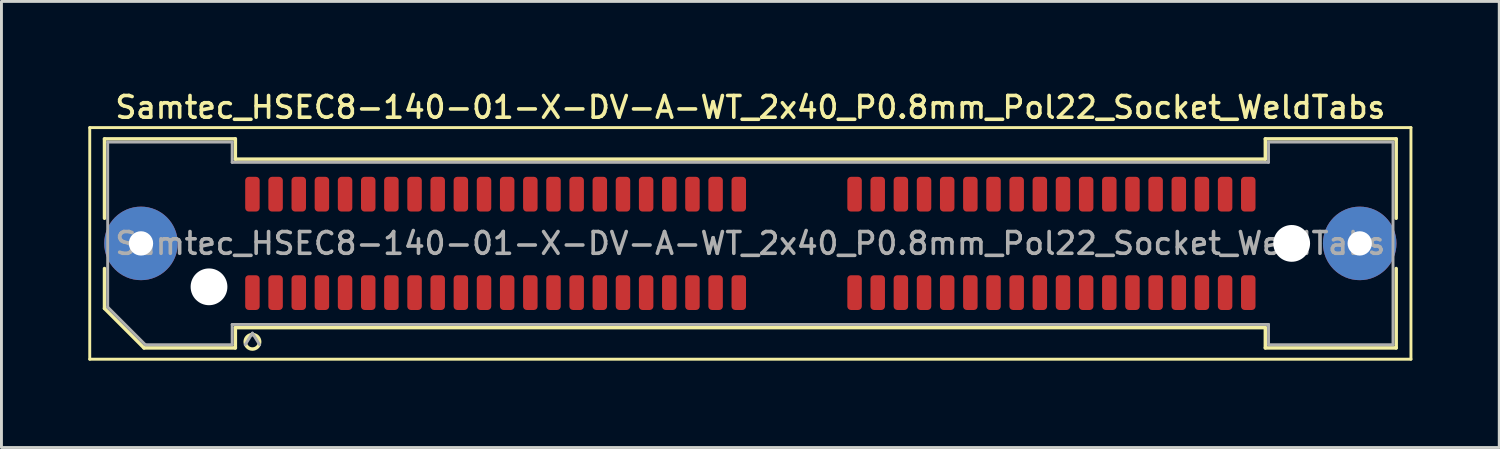
<source format=kicad_pcb>
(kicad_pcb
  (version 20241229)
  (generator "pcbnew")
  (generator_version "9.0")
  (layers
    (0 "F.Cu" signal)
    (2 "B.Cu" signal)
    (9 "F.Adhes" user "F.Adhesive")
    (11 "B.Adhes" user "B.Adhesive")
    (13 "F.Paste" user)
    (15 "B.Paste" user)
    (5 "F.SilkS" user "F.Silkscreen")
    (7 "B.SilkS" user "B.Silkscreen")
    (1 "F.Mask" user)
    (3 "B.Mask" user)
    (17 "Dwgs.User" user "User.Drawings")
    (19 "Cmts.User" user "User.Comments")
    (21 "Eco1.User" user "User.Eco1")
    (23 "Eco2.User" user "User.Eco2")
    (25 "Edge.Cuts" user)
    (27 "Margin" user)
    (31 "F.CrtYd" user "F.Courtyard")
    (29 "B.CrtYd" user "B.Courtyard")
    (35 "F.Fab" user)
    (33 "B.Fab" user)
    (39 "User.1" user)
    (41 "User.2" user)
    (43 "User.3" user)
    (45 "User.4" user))
  (footprint "Samtec_HSEC8-140-01-X-DV-A-WT_2x40_P0.8mm_Pol22_Socket_WeldTabs"
    (layer "F.Cu")
    (at 22.87 5.358)
    (property "Reference" "Samtec_HSEC8-140-01-X-DV-A-WT_2x40_P0.8mm_Pol22_Socket_WeldTabs" (at 0 -4.7 0) (layer "F.SilkS") (effects (font (size 0.75 0.75) (thickness 0.125))))
    (attr smd)
    (fp_line (start -22.82 -4) (end -22.82 4) (stroke (width 0.1) (type solid)) (layer "F.SilkS"))
    (fp_line (start -22.82 4) (end 22.82 4) (stroke (width 0.1) (type solid)) (layer "F.SilkS"))
    (fp_line (start -22.31 -3.61) (end -17.79 -3.61) (stroke (width 0.12) (type solid)) (layer "F.SilkS"))
    (fp_line (start -22.31 -0.868) (end -22.31 -3.61) (stroke (width 0.12) (type solid)) (layer "F.SilkS"))
    (fp_line (start -22.31 2.246) (end -22.31 0.868) (stroke (width 0.12) (type solid)) (layer "F.SilkS"))
    (fp_line (start -20.946 3.61) (end -22.31 2.246) (stroke (width 0.12) (type solid)) (layer "F.SilkS"))
    (fp_line (start -17.79 -3.61) (end -17.79 -2.91) (stroke (width 0.12) (type solid)) (layer "F.SilkS"))
    (fp_line (start -17.79 -2.91) (end 17.79 -2.91) (stroke (width 0.12) (type solid)) (layer "F.SilkS"))
    (fp_line (start -17.79 2.91) (end -17.79 3.61) (stroke (width 0.12) (type solid)) (layer "F.SilkS"))
    (fp_line (start -17.79 3.61) (end -20.946 3.61) (stroke (width 0.12) (type solid)) (layer "F.SilkS"))
    (fp_line (start 17.79 -3.61) (end 22.31 -3.61) (stroke (width 0.12) (type solid)) (layer "F.SilkS"))
    (fp_line (start 17.79 -2.91) (end 17.79 -3.61) (stroke (width 0.12) (type solid)) (layer "F.SilkS"))
    (fp_line (start 17.79 2.91) (end -17.79 2.91) (stroke (width 0.12) (type solid)) (layer "F.SilkS"))
    (fp_line (start 17.79 3.61) (end 17.79 2.91) (stroke (width 0.12) (type solid)) (layer "F.SilkS"))
    (fp_line (start 22.31 -3.61) (end 22.31 -0.868) (stroke (width 0.12) (type solid)) (layer "F.SilkS"))
    (fp_line (start 22.31 0.868) (end 22.31 3.61) (stroke (width 0.12) (type solid)) (layer "F.SilkS"))
    (fp_line (start 22.31 3.61) (end 17.79 3.61) (stroke (width 0.12) (type solid)) (layer "F.SilkS"))
    (fp_line (start 22.82 -4) (end -22.82 -4) (stroke (width 0.1) (type solid)) (layer "F.SilkS"))
    (fp_line (start 22.82 4) (end 22.82 -4) (stroke (width 0.1) (type solid)) (layer "F.SilkS"))
    (fp_arc (start -16.95 3.4) (mid -17.45 3.4) (end -16.95 3.4) (stroke (width 0.12) (type solid)) (layer "F.SilkS"))
    (fp_line (start -22.2 -3.5) (end -17.9 -3.5) (stroke (width 0.1) (type solid)) (layer "F.Fab"))
    (fp_line (start -22.2 2.2) (end -22.2 -3.5) (stroke (width 0.1) (type solid)) (layer "F.Fab"))
    (fp_line (start -20.9 3.5) (end -22.2 2.2) (stroke (width 0.1) (type solid)) (layer "F.Fab"))
    (fp_line (start -17.9 -3.5) (end -17.9 -2.8) (stroke (width 0.1) (type solid)) (layer "F.Fab"))
    (fp_line (start -17.9 -2.8) (end 17.9 -2.8) (stroke (width 0.1) (type solid)) (layer "F.Fab"))
    (fp_line (start -17.9 2.8) (end -17.9 3.5) (stroke (width 0.1) (type solid)) (layer "F.Fab"))
    (fp_line (start -17.9 3.5) (end -20.9 3.5) (stroke (width 0.1) (type solid)) (layer "F.Fab"))
    (fp_line (start -17.2 3.1) (end -17.45 3.5) (stroke (width 0.1) (type solid)) (layer "F.Fab"))
    (fp_line (start -17.2 3.1) (end -16.95 3.5) (stroke (width 0.1) (type solid)) (layer "F.Fab"))
    (fp_line (start 17.9 -3.5) (end 22.2 -3.5) (stroke (width 0.1) (type solid)) (layer "F.Fab"))
    (fp_line (start 17.9 -2.8) (end 17.9 -3.5) (stroke (width 0.1) (type solid)) (layer "F.Fab"))
    (fp_line (start 17.9 2.8) (end -17.9 2.8) (stroke (width 0.1) (type solid)) (layer "F.Fab"))
    (fp_line (start 17.9 3.5) (end 17.9 2.8) (stroke (width 0.1) (type solid)) (layer "F.Fab"))
    (fp_line (start 22.2 -3.5) (end 22.2 3.5) (stroke (width 0.1) (type solid)) (layer "F.Fab"))
    (fp_line (start 22.2 3.5) (end 17.9 3.5) (stroke (width 0.1) (type solid)) (layer "F.Fab"))
    (fp_text user "${REFERENCE}" (at 0 0 0) (layer "F.Fab") (effects (font (size 0.75 0.75) (thickness 0.125))))
    (pad "" thru_hole circle (at -21.05 0) (size 2.54 2.54) (drill 0.84) (layers "*.Cu" "*.Mask" "F.Paste"))
    (pad "" np_thru_hole circle (at -18.7 1.5) (size 1.27 1.27) (drill 1.27) (layers "*.Cu" "*.Mask"))
    (pad "" np_thru_hole circle (at 18.7 0) (size 1.27 1.27) (drill 1.27) (layers "*.Cu" "*.Mask"))
    (pad "" thru_hole circle (at 21.05 0) (size 2.54 2.54) (drill 0.84) (layers "*.Cu" "*.Mask" "F.Paste"))
    (pad "1" smd roundrect (at -17.2 1.7) (size 0.5 1.2) (layers "F.Cu" "F.Mask" "F.Paste") (roundrect_rratio 0.25))
    (pad "2" smd roundrect (at -17.2 -1.7) (size 0.5 1.2) (layers "F.Cu" "F.Mask" "F.Paste") (roundrect_rratio 0.25))
    (pad "3" smd roundrect (at -16.4 1.7) (size 0.5 1.2) (layers "F.Cu" "F.Mask" "F.Paste") (roundrect_rratio 0.25))
    (pad "4" smd roundrect (at -16.4 -1.7) (size 0.5 1.2) (layers "F.Cu" "F.Mask" "F.Paste") (roundrect_rratio 0.25))
    (pad "5" smd roundrect (at -15.6 1.7) (size 0.5 1.2) (layers "F.Cu" "F.Mask" "F.Paste") (roundrect_rratio 0.25))
    (pad "6" smd roundrect (at -15.6 -1.7) (size 0.5 1.2) (layers "F.Cu" "F.Mask" "F.Paste") (roundrect_rratio 0.25))
    (pad "7" smd roundrect (at -14.8 1.7) (size 0.5 1.2) (layers "F.Cu" "F.Mask" "F.Paste") (roundrect_rratio 0.25))
    (pad "8" smd roundrect (at -14.8 -1.7) (size 0.5 1.2) (layers "F.Cu" "F.Mask" "F.Paste") (roundrect_rratio 0.25))
    (pad "9" smd roundrect (at -14 1.7) (size 0.5 1.2) (layers "F.Cu" "F.Mask" "F.Paste") (roundrect_rratio 0.25))
    (pad "10" smd roundrect (at -14 -1.7) (size 0.5 1.2) (layers "F.Cu" "F.Mask" "F.Paste") (roundrect_rratio 0.25))
    (pad "11" smd roundrect (at -13.2 1.7) (size 0.5 1.2) (layers "F.Cu" "F.Mask" "F.Paste") (roundrect_rratio 0.25))
    (pad "12" smd roundrect (at -13.2 -1.7) (size 0.5 1.2) (layers "F.Cu" "F.Mask" "F.Paste") (roundrect_rratio 0.25))
    (pad "13" smd roundrect (at -12.4 1.7) (size 0.5 1.2) (layers "F.Cu" "F.Mask" "F.Paste") (roundrect_rratio 0.25))
    (pad "14" smd roundrect (at -12.4 -1.7) (size 0.5 1.2) (layers "F.Cu" "F.Mask" "F.Paste") (roundrect_rratio 0.25))
    (pad "15" smd roundrect (at -11.6 1.7) (size 0.5 1.2) (layers "F.Cu" "F.Mask" "F.Paste") (roundrect_rratio 0.25))
    (pad "16" smd roundrect (at -11.6 -1.7) (size 0.5 1.2) (layers "F.Cu" "F.Mask" "F.Paste") (roundrect_rratio 0.25))
    (pad "17" smd roundrect (at -10.8 1.7) (size 0.5 1.2) (layers "F.Cu" "F.Mask" "F.Paste") (roundrect_rratio 0.25))
    (pad "18" smd roundrect (at -10.8 -1.7) (size 0.5 1.2) (layers "F.Cu" "F.Mask" "F.Paste") (roundrect_rratio 0.25))
    (pad "19" smd roundrect (at -10 1.7) (size 0.5 1.2) (layers "F.Cu" "F.Mask" "F.Paste") (roundrect_rratio 0.25))
    (pad "20" smd roundrect (at -10 -1.7) (size 0.5 1.2) (layers "F.Cu" "F.Mask" "F.Paste") (roundrect_rratio 0.25))
    (pad "21" smd roundrect (at -9.2 1.7) (size 0.5 1.2) (layers "F.Cu" "F.Mask" "F.Paste") (roundrect_rratio 0.25))
    (pad "22" smd roundrect (at -9.2 -1.7) (size 0.5 1.2) (layers "F.Cu" "F.Mask" "F.Paste") (roundrect_rratio 0.25))
    (pad "23" smd roundrect (at -8.4 1.7) (size 0.5 1.2) (layers "F.Cu" "F.Mask" "F.Paste") (roundrect_rratio 0.25))
    (pad "24" smd roundrect (at -8.4 -1.7) (size 0.5 1.2) (layers "F.Cu" "F.Mask" "F.Paste") (roundrect_rratio 0.25))
    (pad "25" smd roundrect (at -7.6 1.7) (size 0.5 1.2) (layers "F.Cu" "F.Mask" "F.Paste") (roundrect_rratio 0.25))
    (pad "26" smd roundrect (at -7.6 -1.7) (size 0.5 1.2) (layers "F.Cu" "F.Mask" "F.Paste") (roundrect_rratio 0.25))
    (pad "27" smd roundrect (at -6.8 1.7) (size 0.5 1.2) (layers "F.Cu" "F.Mask" "F.Paste") (roundrect_rratio 0.25))
    (pad "28" smd roundrect (at -6.8 -1.7) (size 0.5 1.2) (layers "F.Cu" "F.Mask" "F.Paste") (roundrect_rratio 0.25))
    (pad "29" smd roundrect (at -6 1.7) (size 0.5 1.2) (layers "F.Cu" "F.Mask" "F.Paste") (roundrect_rratio 0.25))
    (pad "30" smd roundrect (at -6 -1.7) (size 0.5 1.2) (layers "F.Cu" "F.Mask" "F.Paste") (roundrect_rratio 0.25))
    (pad "31" smd roundrect (at -5.2 1.7) (size 0.5 1.2) (layers "F.Cu" "F.Mask" "F.Paste") (roundrect_rratio 0.25))
    (pad "32" smd roundrect (at -5.2 -1.7) (size 0.5 1.2) (layers "F.Cu" "F.Mask" "F.Paste") (roundrect_rratio 0.25))
    (pad "33" smd roundrect (at -4.4 1.7) (size 0.5 1.2) (layers "F.Cu" "F.Mask" "F.Paste") (roundrect_rratio 0.25))
    (pad "34" smd roundrect (at -4.4 -1.7) (size 0.5 1.2) (layers "F.Cu" "F.Mask" "F.Paste") (roundrect_rratio 0.25))
    (pad "35" smd roundrect (at -3.6 1.7) (size 0.5 1.2) (layers "F.Cu" "F.Mask" "F.Paste") (roundrect_rratio 0.25))
    (pad "36" smd roundrect (at -3.6 -1.7) (size 0.5 1.2) (layers "F.Cu" "F.Mask" "F.Paste") (roundrect_rratio 0.25))
    (pad "37" smd roundrect (at -2.8 1.7) (size 0.5 1.2) (layers "F.Cu" "F.Mask" "F.Paste") (roundrect_rratio 0.25))
    (pad "38" smd roundrect (at -2.8 -1.7) (size 0.5 1.2) (layers "F.Cu" "F.Mask" "F.Paste") (roundrect_rratio 0.25))
    (pad "39" smd roundrect (at -2 1.7) (size 0.5 1.2) (layers "F.Cu" "F.Mask" "F.Paste") (roundrect_rratio 0.25))
    (pad "40" smd roundrect (at -2 -1.7) (size 0.5 1.2) (layers "F.Cu" "F.Mask" "F.Paste") (roundrect_rratio 0.25))
    (pad "41" smd roundrect (at -1.2 1.7) (size 0.5 1.2) (layers "F.Cu" "F.Mask" "F.Paste") (roundrect_rratio 0.25))
    (pad "42" smd roundrect (at -1.2 -1.7) (size 0.5 1.2) (layers "F.Cu" "F.Mask" "F.Paste") (roundrect_rratio 0.25))
    (pad "43" smd roundrect (at -0.4 1.7) (size 0.5 1.2) (layers "F.Cu" "F.Mask" "F.Paste") (roundrect_rratio 0.25))
    (pad "44" smd roundrect (at -0.4 -1.7) (size 0.5 1.2) (layers "F.Cu" "F.Mask" "F.Paste") (roundrect_rratio 0.25))
    (pad "45" smd roundrect (at 3.6 1.7) (size 0.5 1.2) (layers "F.Cu" "F.Mask" "F.Paste") (roundrect_rratio 0.25))
    (pad "46" smd roundrect (at 3.6 -1.7) (size 0.5 1.2) (layers "F.Cu" "F.Mask" "F.Paste") (roundrect_rratio 0.25))
    (pad "47" smd roundrect (at 4.4 1.7) (size 0.5 1.2) (layers "F.Cu" "F.Mask" "F.Paste") (roundrect_rratio 0.25))
    (pad "48" smd roundrect (at 4.4 -1.7) (size 0.5 1.2) (layers "F.Cu" "F.Mask" "F.Paste") (roundrect_rratio 0.25))
    (pad "49" smd roundrect (at 5.2 1.7) (size 0.5 1.2) (layers "F.Cu" "F.Mask" "F.Paste") (roundrect_rratio 0.25))
    (pad "50" smd roundrect (at 5.2 -1.7) (size 0.5 1.2) (layers "F.Cu" "F.Mask" "F.Paste") (roundrect_rratio 0.25))
    (pad "51" smd roundrect (at 6 1.7) (size 0.5 1.2) (layers "F.Cu" "F.Mask" "F.Paste") (roundrect_rratio 0.25))
    (pad "52" smd roundrect (at 6 -1.7) (size 0.5 1.2) (layers "F.Cu" "F.Mask" "F.Paste") (roundrect_rratio 0.25))
    (pad "53" smd roundrect (at 6.8 1.7) (size 0.5 1.2) (layers "F.Cu" "F.Mask" "F.Paste") (roundrect_rratio 0.25))
    (pad "54" smd roundrect (at 6.8 -1.7) (size 0.5 1.2) (layers "F.Cu" "F.Mask" "F.Paste") (roundrect_rratio 0.25))
    (pad "55" smd roundrect (at 7.6 1.7) (size 0.5 1.2) (layers "F.Cu" "F.Mask" "F.Paste") (roundrect_rratio 0.25))
    (pad "56" smd roundrect (at 7.6 -1.7) (size 0.5 1.2) (layers "F.Cu" "F.Mask" "F.Paste") (roundrect_rratio 0.25))
    (pad "57" smd roundrect (at 8.4 1.7) (size 0.5 1.2) (layers "F.Cu" "F.Mask" "F.Paste") (roundrect_rratio 0.25))
    (pad "58" smd roundrect (at 8.4 -1.7) (size 0.5 1.2) (layers "F.Cu" "F.Mask" "F.Paste") (roundrect_rratio 0.25))
    (pad "59" smd roundrect (at 9.2 1.7) (size 0.5 1.2) (layers "F.Cu" "F.Mask" "F.Paste") (roundrect_rratio 0.25))
    (pad "60" smd roundrect (at 9.2 -1.7) (size 0.5 1.2) (layers "F.Cu" "F.Mask" "F.Paste") (roundrect_rratio 0.25))
    (pad "61" smd roundrect (at 10 1.7) (size 0.5 1.2) (layers "F.Cu" "F.Mask" "F.Paste") (roundrect_rratio 0.25))
    (pad "62" smd roundrect (at 10 -1.7) (size 0.5 1.2) (layers "F.Cu" "F.Mask" "F.Paste") (roundrect_rratio 0.25))
    (pad "63" smd roundrect (at 10.8 1.7) (size 0.5 1.2) (layers "F.Cu" "F.Mask" "F.Paste") (roundrect_rratio 0.25))
    (pad "64" smd roundrect (at 10.8 -1.7) (size 0.5 1.2) (layers "F.Cu" "F.Mask" "F.Paste") (roundrect_rratio 0.25))
    (pad "65" smd roundrect (at 11.6 1.7) (size 0.5 1.2) (layers "F.Cu" "F.Mask" "F.Paste") (roundrect_rratio 0.25))
    (pad "66" smd roundrect (at 11.6 -1.7) (size 0.5 1.2) (layers "F.Cu" "F.Mask" "F.Paste") (roundrect_rratio 0.25))
    (pad "67" smd roundrect (at 12.4 1.7) (size 0.5 1.2) (layers "F.Cu" "F.Mask" "F.Paste") (roundrect_rratio 0.25))
    (pad "68" smd roundrect (at 12.4 -1.7) (size 0.5 1.2) (layers "F.Cu" "F.Mask" "F.Paste") (roundrect_rratio 0.25))
    (pad "69" smd roundrect (at 13.2 1.7) (size 0.5 1.2) (layers "F.Cu" "F.Mask" "F.Paste") (roundrect_rratio 0.25))
    (pad "70" smd roundrect (at 13.2 -1.7) (size 0.5 1.2) (layers "F.Cu" "F.Mask" "F.Paste") (roundrect_rratio 0.25))
    (pad "71" smd roundrect (at 14 1.7) (size 0.5 1.2) (layers "F.Cu" "F.Mask" "F.Paste") (roundrect_rratio 0.25))
    (pad "72" smd roundrect (at 14 -1.7) (size 0.5 1.2) (layers "F.Cu" "F.Mask" "F.Paste") (roundrect_rratio 0.25))
    (pad "73" smd roundrect (at 14.8 1.7) (size 0.5 1.2) (layers "F.Cu" "F.Mask" "F.Paste") (roundrect_rratio 0.25))
    (pad "74" smd roundrect (at 14.8 -1.7) (size 0.5 1.2) (layers "F.Cu" "F.Mask" "F.Paste") (roundrect_rratio 0.25))
    (pad "75" smd roundrect (at 15.6 1.7) (size 0.5 1.2) (layers "F.Cu" "F.Mask" "F.Paste") (roundrect_rratio 0.25))
    (pad "76" smd roundrect (at 15.6 -1.7) (size 0.5 1.2) (layers "F.Cu" "F.Mask" "F.Paste") (roundrect_rratio 0.25))
    (pad "77" smd roundrect (at 16.4 1.7) (size 0.5 1.2) (layers "F.Cu" "F.Mask" "F.Paste") (roundrect_rratio 0.25))
    (pad "78" smd roundrect (at 16.4 -1.7) (size 0.5 1.2) (layers "F.Cu" "F.Mask" "F.Paste") (roundrect_rratio 0.25))
    (pad "79" smd roundrect (at 17.2 1.7) (size 0.5 1.2) (layers "F.Cu" "F.Mask" "F.Paste") (roundrect_rratio 0.25))
    (pad "80" smd roundrect (at 17.2 -1.7) (size 0.5 1.2) (layers "F.Cu" "F.Mask" "F.Paste") (roundrect_rratio 0.25)))
  (gr_rect
    (start -3 -3)
    (end 48.74 12.408)
    (stroke (width 0.1) (type default))
    (fill no)
    (layer "Edge.Cuts")))
</source>
